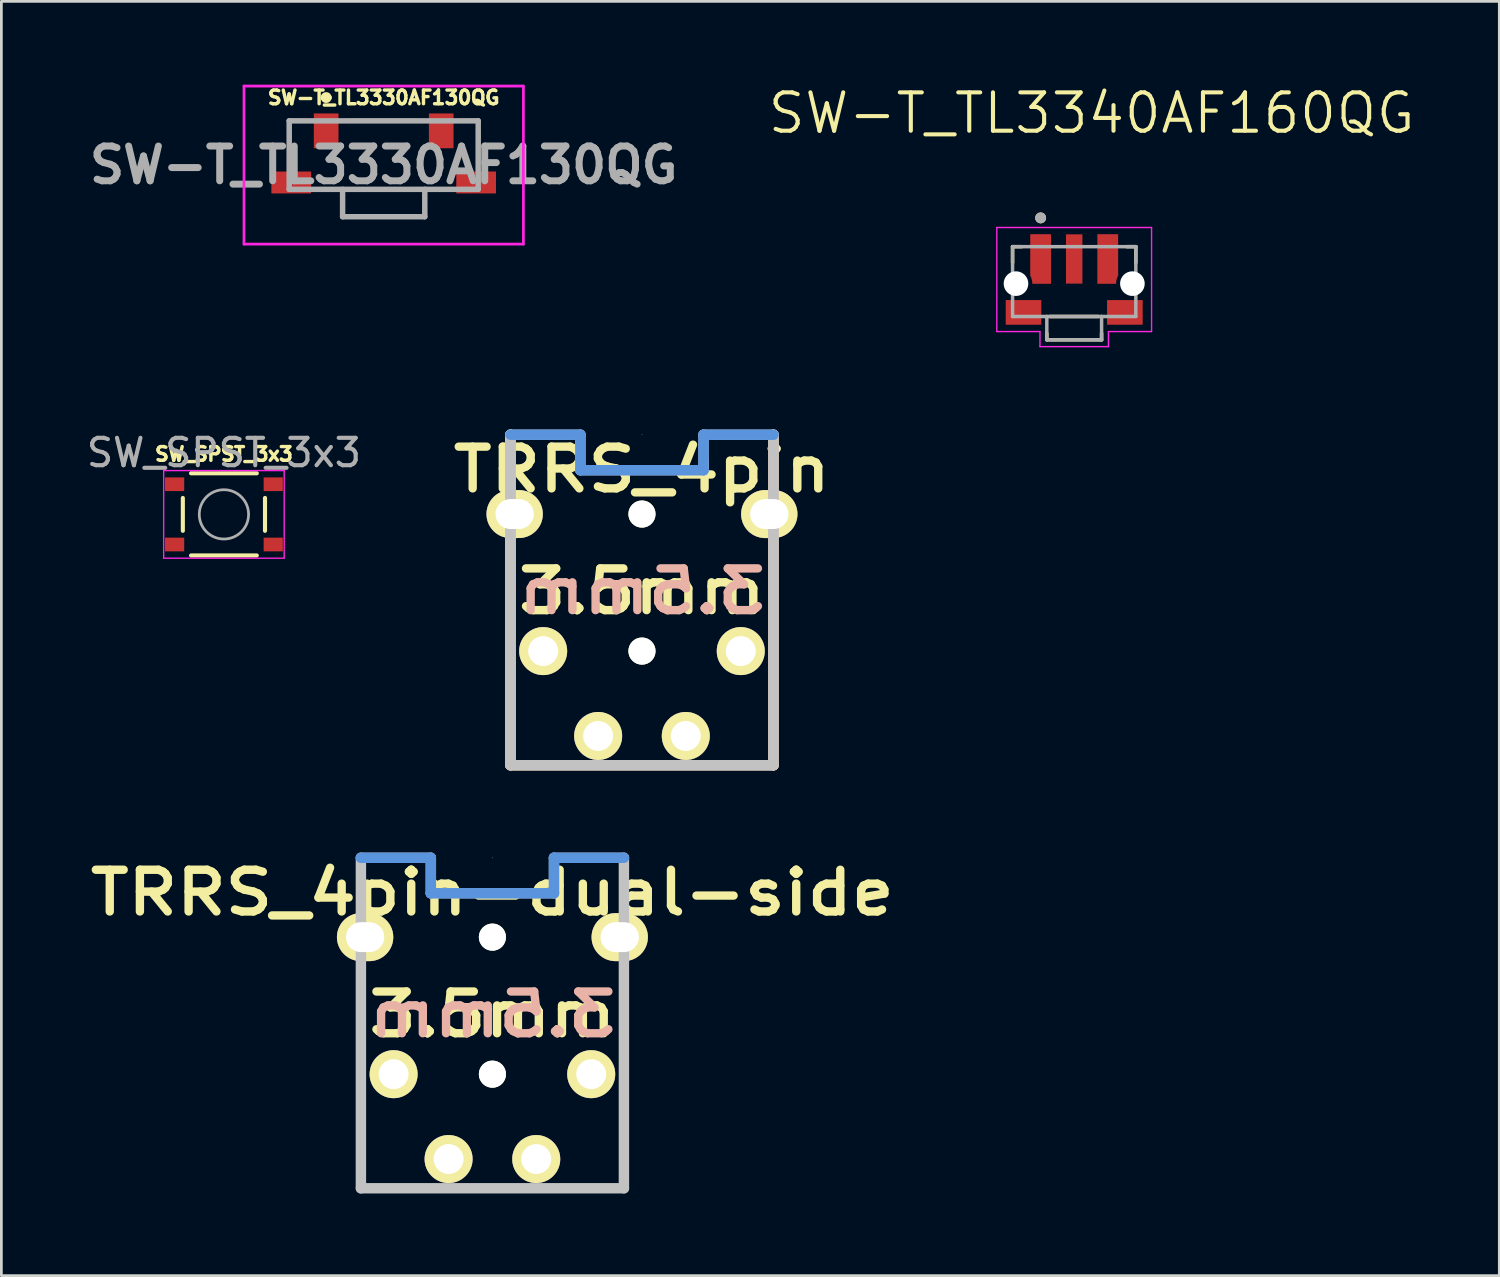
<source format=kicad_pcb>
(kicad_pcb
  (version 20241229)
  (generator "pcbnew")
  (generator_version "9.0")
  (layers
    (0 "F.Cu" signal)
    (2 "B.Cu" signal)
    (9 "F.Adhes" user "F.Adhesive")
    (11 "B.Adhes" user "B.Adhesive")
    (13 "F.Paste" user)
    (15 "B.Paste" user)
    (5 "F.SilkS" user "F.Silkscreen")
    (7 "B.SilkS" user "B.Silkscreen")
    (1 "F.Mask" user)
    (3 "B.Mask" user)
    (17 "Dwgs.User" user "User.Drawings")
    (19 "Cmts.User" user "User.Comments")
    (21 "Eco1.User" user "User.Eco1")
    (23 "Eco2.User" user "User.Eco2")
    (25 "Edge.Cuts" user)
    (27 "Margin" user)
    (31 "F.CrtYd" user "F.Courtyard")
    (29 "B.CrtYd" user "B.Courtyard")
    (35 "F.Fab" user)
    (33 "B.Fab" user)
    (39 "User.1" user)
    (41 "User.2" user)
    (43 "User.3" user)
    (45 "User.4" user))
  (footprint "TRRS_4pin-dual-side"
    (layer "F.Cu")
    (at 14.927 36.167)
    (property "Reference" "TRRS_4pin-dual-side" (at 0.00008 -6.63 0) (layer "F.SilkS") (effects (font (size 1.524 1.778) (thickness 0.305))))
    (attr through_hole)
    (fp_line (start -4.801 -7.9) (end -4.801 4.165) (stroke (width 0.381) (type solid)) (layer "Dwgs.User"))
    (fp_line (start -4.801 4.165) (end 4.801 4.165) (stroke (width 0.381) (type solid)) (layer "Dwgs.User"))
    (fp_line (start -2.248 -7.9) (end -4.801 -7.9) (stroke (width 0.381) (type solid)) (layer "Dwgs.User"))
    (fp_line (start -2.248 -6.605) (end -2.248 -7.9) (stroke (width 0.381) (type solid)) (layer "Dwgs.User"))
    (fp_line (start 0.00008 -7.9) (end 0.00008 -7.9) (stroke (width 0.025) (type solid)) (layer "Dwgs.User"))
    (fp_line (start 2.248 -7.9) (end 2.248 -6.605) (stroke (width 0.381) (type solid)) (layer "Dwgs.User"))
    (fp_line (start 2.248 -6.605) (end -2.248 -6.605) (stroke (width 0.381) (type solid)) (layer "Dwgs.User"))
    (fp_line (start 4.801 -7.9) (end 2.248 -7.9) (stroke (width 0.381) (type solid)) (layer "Dwgs.User"))
    (fp_line (start 4.801 4.165) (end 4.801 -7.9) (stroke (width 0.381) (type solid)) (layer "Dwgs.User"))
    (fp_line (start -4.801 -7.9) (end -2.248 -7.9) (stroke (width 0.381) (type solid)) (layer "Cmts.User"))
    (fp_line (start -2.248 -6.605) (end -2.248 -7.9) (stroke (width 0.381) (type solid)) (layer "Cmts.User"))
    (fp_line (start 2.248 -7.9) (end 2.248 -6.605) (stroke (width 0.381) (type solid)) (layer "Cmts.User"))
    (fp_line (start 2.248 -7.9) (end 4.801 -7.9) (stroke (width 0.381) (type solid)) (layer "Cmts.User"))
    (fp_line (start 2.248 -6.605) (end -2.248 -6.605) (stroke (width 0.381) (type solid)) (layer "Cmts.User"))
    (fp_text user "3.5mm" (at 0.00008 -2.185 0) (layer "F.SilkS") (effects (font (size 1.524 1.778) (thickness 0.305))))
    (fp_text user "3.5mm" (at 0.00008 -2.185 0) (layer "B.SilkS") (effects (font (size 1.524 1.778) (thickness 0.305)) (justify mirror)))
    (pad "" np_thru_hole circle (at 0.00008 -5.004 270) (size 0.991 0.991) (drill 0.991) (layers "*.Cu" "*.Mask" "F.SilkS"))
    (pad "" np_thru_hole circle (at 0.00008 -0.001 270) (size 0.991 0.991) (drill 0.991) (layers "*.Cu" "*.Mask" "F.SilkS"))
    (pad "1" thru_hole oval (at 4.648 -5.004 270) (size 1.753 2.057) (drill oval 1.092 1.397) (layers "*.Cu" "*.Mask" "F.SilkS"))
    (pad "2" thru_hole circle (at -3.607 -0.001 270) (size 1.753 1.753) (drill 1.092) (layers "*.Cu" "*.Mask" "F.SilkS"))
    (pad "3" thru_hole circle (at 1.6 3.098 270) (size 1.753 1.753) (drill 1.092) (layers "*.Cu" "*.Mask" "F.SilkS"))
    (pad "4" thru_hole oval (at -4.648 -5.004 270) (size 1.753 2.057) (drill oval 1.092 1.397) (layers "*.Cu" "*.Mask" "F.SilkS"))
    (pad "5" thru_hole circle (at -1.6 3.098 270) (size 1.753 1.753) (drill 1.092) (layers "*.Cu" "*.Mask" "F.SilkS"))
    (pad "6" thru_hole circle (at 3.607 -0.001 270) (size 1.753 1.753) (drill 1.092) (layers "*.Cu" "*.Mask" "F.SilkS")))
  (footprint "SW-T_TL3330AF130QG"
    (layer "F.Cu")
    (at 10.958 3.112)
    (property "Reference" "SW-T_TL3330AF130QG" (at 0 -2.6 0) (layer "F.SilkS") (effects (font (size 0.5 0.5) (thickness 0.125))))
    (attr smd)
    (fp_line (start -3.45 -1.75) (end -3.45 -0.3) (stroke (width 0.15) (type solid)) (layer "F.SilkS"))
    (fp_line (start -3 -1.75) (end -3.45 -1.75) (stroke (width 0.15) (type solid)) (layer "F.SilkS"))
    (fp_line (start -2.4 0.75) (end 2.4 0.75) (stroke (width 0.15) (type solid)) (layer "F.SilkS"))
    (fp_line (start -2.2 -2.6) (end -2.2 -2.6) (stroke (width 0.2) (type solid)) (layer "F.SilkS"))
    (fp_line (start -2 -2.6) (end -2 -2.6) (stroke (width 0.2) (type solid)) (layer "F.SilkS"))
    (fp_line (start -1.2 -1.75) (end 1.2 -1.75) (stroke (width 0.15) (type solid)) (layer "F.SilkS"))
    (fp_line (start 3 -1.75) (end 3.45 -1.75) (stroke (width 0.15) (type solid)) (layer "F.SilkS"))
    (fp_line (start 3.45 -1.75) (end 3.45 -0.3) (stroke (width 0.15) (type solid)) (layer "F.SilkS"))
    (fp_arc (start -2.2 -2.6) (mid -2.1 -2.7) (end -2 -2.6) (stroke (width 0.2) (type solid)) (layer "F.SilkS"))
    (fp_arc (start -2 -2.6) (mid -2.1 -2.5) (end -2.2 -2.6) (stroke (width 0.2) (type solid)) (layer "F.SilkS"))
    (fp_line (start -5.1 -3.02) (end 5.1 -3.02) (stroke (width 0.1) (type solid)) (layer "F.CrtYd"))
    (fp_line (start -5.1 2.75) (end -5.1 -3.02) (stroke (width 0.1) (type solid)) (layer "F.CrtYd"))
    (fp_line (start 5.1 -3.02) (end 5.1 2.75) (stroke (width 0.1) (type solid)) (layer "F.CrtYd"))
    (fp_line (start 5.1 2.75) (end -5.1 2.75) (stroke (width 0.1) (type solid)) (layer "F.CrtYd"))
    (fp_line (start -3.45 -1.75) (end 3.45 -1.75) (stroke (width 0.2) (type solid)) (layer "F.Fab"))
    (fp_line (start -3.45 0.75) (end -3.45 -1.75) (stroke (width 0.2) (type solid)) (layer "F.Fab"))
    (fp_line (start -1.5 0.75) (end -1.5 1.75) (stroke (width 0.2) (type solid)) (layer "F.Fab"))
    (fp_line (start -1.5 1.75) (end 1.5 1.75) (stroke (width 0.2) (type solid)) (layer "F.Fab"))
    (fp_line (start 1.5 1.75) (end 1.5 0.75) (stroke (width 0.2) (type solid)) (layer "F.Fab"))
    (fp_line (start 3.45 -1.75) (end 3.45 0.75) (stroke (width 0.2) (type solid)) (layer "F.Fab"))
    (fp_line (start 3.45 0.75) (end -3.45 0.75) (stroke (width 0.2) (type solid)) (layer "F.Fab"))
    (fp_text user "${REFERENCE}" (at 0 -0.135 0) (layer "F.Fab") (effects (font (size 1.27 1.27) (thickness 0.254))))
    (pad "1" smd rect (at -2.1 -1.385) (size 0.9 1.27) (layers "F.Cu" "F.Mask" "F.Paste"))
    (pad "2" smd rect (at 2.1 -1.385) (size 0.9 1.27) (layers "F.Cu" "F.Mask" "F.Paste"))
    (pad "3" smd rect (at -3.375 0.5 90) (size 0.8 1.45) (layers "F.Cu" "F.Mask" "F.Paste"))
    (pad "4" smd rect (at 3.375 0.5 90) (size 0.8 1.45) (layers "F.Cu" "F.Mask" "F.Paste")))
  (footprint "TRRS_4pin"
    (layer "F.Cu")
    (at 20.387 20.721)
    (property "Reference" "TRRS_4pin" (at 0.00008 -6.63 0) (layer "F.SilkS") (effects (font (size 1.524 1.778) (thickness 0.305))))
    (attr through_hole)
    (fp_line (start -4.801 4.165) (end -4.801 -7.9) (stroke (width 0.381) (type solid)) (layer "F.SilkS"))
    (fp_line (start 4.801 -7.9) (end 4.801 4.165) (stroke (width 0.381) (type solid)) (layer "F.SilkS"))
    (fp_line (start 4.801 4.165) (end -4.801 4.165) (stroke (width 0.381) (type solid)) (layer "F.SilkS"))
    (fp_line (start -4.801 4.165) (end -4.801 -7.9) (stroke (width 0.381) (type solid)) (layer "B.SilkS"))
    (fp_line (start 4.801 -7.9) (end 4.801 4.165) (stroke (width 0.381) (type solid)) (layer "B.SilkS"))
    (fp_line (start 4.801 4.165) (end -4.801 4.165) (stroke (width 0.381) (type solid)) (layer "B.SilkS"))
    (fp_line (start -4.801 -7.9) (end -4.801 4.165) (stroke (width 0.381) (type solid)) (layer "Dwgs.User"))
    (fp_line (start -4.801 4.165) (end 4.801 4.165) (stroke (width 0.381) (type solid)) (layer "Dwgs.User"))
    (fp_line (start -2.248 -7.9) (end -4.801 -7.9) (stroke (width 0.381) (type solid)) (layer "Dwgs.User"))
    (fp_line (start -2.248 -6.605) (end -2.248 -7.9) (stroke (width 0.381) (type solid)) (layer "Dwgs.User"))
    (fp_line (start 0.00008 -7.9) (end 0.00008 -7.9) (stroke (width 0.025) (type solid)) (layer "Dwgs.User"))
    (fp_line (start 2.248 -7.9) (end 2.248 -6.605) (stroke (width 0.381) (type solid)) (layer "Dwgs.User"))
    (fp_line (start 2.248 -6.605) (end -2.248 -6.605) (stroke (width 0.381) (type solid)) (layer "Dwgs.User"))
    (fp_line (start 4.801 -7.9) (end 2.248 -7.9) (stroke (width 0.381) (type solid)) (layer "Dwgs.User"))
    (fp_line (start 4.801 4.165) (end 4.801 -7.9) (stroke (width 0.381) (type solid)) (layer "Dwgs.User"))
    (fp_line (start -4.801 -7.9) (end -2.248 -7.9) (stroke (width 0.381) (type solid)) (layer "Cmts.User"))
    (fp_line (start -2.248 -6.605) (end -2.248 -7.9) (stroke (width 0.381) (type solid)) (layer "Cmts.User"))
    (fp_line (start 2.248 -7.9) (end 2.248 -6.605) (stroke (width 0.381) (type solid)) (layer "Cmts.User"))
    (fp_line (start 2.248 -7.9) (end 4.801 -7.9) (stroke (width 0.381) (type solid)) (layer "Cmts.User"))
    (fp_line (start 2.248 -6.605) (end -2.248 -6.605) (stroke (width 0.381) (type solid)) (layer "Cmts.User"))
    (fp_text user "3.5mm" (at 0.00008 -2.185 0) (layer "F.SilkS") (effects (font (size 1.524 1.778) (thickness 0.305))))
    (fp_text user "3.5mm" (at 0.00008 -2.185 0) (layer "B.SilkS") (effects (font (size 1.524 1.778) (thickness 0.305)) (justify mirror)))
    (pad "" np_thru_hole circle (at 0.00008 -5.004 270) (size 0.991 0.991) (drill 0.991) (layers "*.Cu" "*.Mask" "F.SilkS"))
    (pad "" np_thru_hole circle (at 0.00008 -0.001 270) (size 0.991 0.991) (drill 0.991) (layers "*.Cu" "*.Mask" "F.SilkS"))
    (pad "1" thru_hole oval (at 4.648 -5.004 270) (size 1.753 2.057) (drill oval 1.092 1.397) (layers "*.Cu" "*.Mask" "F.SilkS"))
    (pad "2" thru_hole circle (at -3.607 -0.001 270) (size 1.753 1.753) (drill 1.092) (layers "*.Cu" "*.Mask" "F.SilkS"))
    (pad "3" thru_hole circle (at 1.6 3.098 270) (size 1.753 1.753) (drill 1.092) (layers "*.Cu" "*.Mask" "F.SilkS"))
    (pad "4" thru_hole oval (at -4.648 -5.004 270) (size 1.753 2.057) (drill oval 1.092 1.397) (layers "*.Cu" "*.Mask" "F.SilkS"))
    (pad "5" thru_hole circle (at -1.6 3.098 270) (size 1.753 1.753) (drill 1.092) (layers "*.Cu" "*.Mask" "F.SilkS"))
    (pad "6" thru_hole circle (at 3.607 -0.001 270) (size 1.753 1.753) (drill 1.092) (layers "*.Cu" "*.Mask" "F.SilkS")))
  (footprint "SW-T_TL3340AF160QG"
    (layer "F.Cu")
    (at 36.167 7.305)
    (property "Reference" "SW-T_TL3340AF160QG" (at 0.635 -6.223 0) (layer "F.SilkS") (effects (font (size 1.4 1.4) (thickness 0.15))))
    (attr smd)
    (fp_poly (pts (xy -1.7 -1.9) (xy -0.75 -1.9) (xy -0.75 0.1) (xy -1.533 0.1) (xy -1.531 0.083) (xy -1.528 0.048) (xy -1.527 0.013) (xy -1.527 -0.021) (xy -1.528 -0.039) (xy -1.528 -0.039) (xy -1.529 -0.048) (xy -1.531 -0.067) (xy -1.534 -0.086) (xy -1.537 -0.105) (xy -1.539 -0.114) (xy -1.54 -0.123) (xy -1.544 -0.142) (xy -1.549 -0.16) (xy -1.553 -0.178) (xy -1.556 -0.187) (xy -1.569 -0.219) (xy -1.599 -0.282) (xy -1.635 -0.342) (xy -1.677 -0.397) (xy -1.7 -0.423)) (stroke (width 0.01) (type solid)) (fill yes) (layer "F.Mask"))
    (fp_poly (pts (xy 1.7 -1.9) (xy 0.75 -1.9) (xy 0.75 0.1) (xy 1.533 0.1) (xy 1.531 0.083) (xy 1.528 0.048) (xy 1.527 0.013) (xy 1.527 -0.021) (xy 1.528 -0.039) (xy 1.528 -0.039) (xy 1.529 -0.048) (xy 1.531 -0.067) (xy 1.534 -0.086) (xy 1.537 -0.105) (xy 1.539 -0.114) (xy 1.539 -0.114) (xy 1.54 -0.123) (xy 1.544 -0.142) (xy 1.549 -0.16) (xy 1.553 -0.178) (xy 1.556 -0.187) (xy 1.569 -0.219) (xy 1.599 -0.282) (xy 1.635 -0.342) (xy 1.677 -0.397) (xy 1.7 -0.423) (xy 1.7 -0.423)) (stroke (width 0.01) (type solid)) (fill yes) (layer "F.Mask"))
    (fp_line (start -2.25 -1.35) (end -2.25 -0.763) (stroke (width 0.127) (type solid)) (layer "F.SilkS"))
    (fp_line (start -1.913 -1.35) (end -2.25 -1.35) (stroke (width 0.127) (type solid)) (layer "F.SilkS"))
    (fp_line (start -1 2.05) (end -1 1.813) (stroke (width 0.127) (type solid)) (layer "F.SilkS"))
    (fp_line (start -1 2.05) (end 1 2.05) (stroke (width 0.127) (type solid)) (layer "F.SilkS"))
    (fp_line (start -0.886 1.2) (end 0.886 1.2) (stroke (width 0.127) (type solid)) (layer "F.SilkS"))
    (fp_line (start 1 2.05) (end 1 1.813) (stroke (width 0.127) (type solid)) (layer "F.SilkS"))
    (fp_line (start 1.913 -1.35) (end 2.25 -1.35) (stroke (width 0.127) (type solid)) (layer "F.SilkS"))
    (fp_line (start 2.25 -1.35) (end 2.25 -0.763) (stroke (width 0.127) (type solid)) (layer "F.SilkS"))
    (fp_circle (center -1.225 -2.4) (end -1.125 -2.4) (stroke (width 0.2) (type solid)) (fill no) (layer "F.SilkS"))
    (fp_poly (pts (xy -1.6 -1.8) (xy -0.85 -1.8) (xy -0.85 0) (xy -1.525 0) (xy -1.525 -0.009) (xy -1.525 -0.027) (xy -1.526 -0.045) (xy -1.529 -0.063) (xy -1.53 -0.071) (xy -1.53 -0.071) (xy -1.531 -0.08) (xy -1.533 -0.098) (xy -1.536 -0.116) (xy -1.54 -0.134) (xy -1.543 -0.143) (xy -1.545 -0.153) (xy -1.551 -0.175) (xy -1.557 -0.196) (xy -1.565 -0.217) (xy -1.569 -0.227) (xy -1.572 -0.236) (xy -1.579 -0.252) (xy -1.587 -0.268) (xy -1.595 -0.283) (xy -1.6 -0.29) (xy -1.6 -0.3)) (stroke (width 0.01) (type solid)) (fill yes) (layer "F.Paste"))
    (fp_poly (pts (xy 1.6 -1.8) (xy 0.85 -1.8) (xy 0.85 0) (xy 1.525 0) (xy 1.525 -0.009) (xy 1.525 -0.027) (xy 1.526 -0.045) (xy 1.529 -0.063) (xy 1.53 -0.071) (xy 1.53 -0.071) (xy 1.531 -0.08) (xy 1.533 -0.098) (xy 1.536 -0.116) (xy 1.54 -0.134) (xy 1.543 -0.143) (xy 1.545 -0.153) (xy 1.551 -0.175) (xy 1.557 -0.196) (xy 1.565 -0.217) (xy 1.569 -0.227) (xy 1.572 -0.236) (xy 1.579 -0.252) (xy 1.587 -0.268) (xy 1.595 -0.283) (xy 1.6 -0.29) (xy 1.6 -0.3)) (stroke (width 0.01) (type solid)) (fill yes) (layer "F.Paste"))
    (fp_line (start -2.825 -2.05) (end -2.825 1.75) (stroke (width 0.05) (type solid)) (layer "F.CrtYd"))
    (fp_line (start -2.825 1.75) (end -1.25 1.75) (stroke (width 0.05) (type solid)) (layer "F.CrtYd"))
    (fp_line (start -1.25 1.75) (end -1.25 2.3) (stroke (width 0.05) (type solid)) (layer "F.CrtYd"))
    (fp_line (start -1.25 2.3) (end 1.25 2.3) (stroke (width 0.05) (type solid)) (layer "F.CrtYd"))
    (fp_line (start 1.25 1.75) (end 2.825 1.75) (stroke (width 0.05) (type solid)) (layer "F.CrtYd"))
    (fp_line (start 1.25 2.3) (end 1.25 1.75) (stroke (width 0.05) (type solid)) (layer "F.CrtYd"))
    (fp_line (start 2.825 -2.05) (end -2.825 -2.05) (stroke (width 0.05) (type solid)) (layer "F.CrtYd"))
    (fp_line (start 2.825 1.75) (end 2.825 -2.05) (stroke (width 0.05) (type solid)) (layer "F.CrtYd"))
    (fp_line (start -2.25 -1.35) (end -2.25 1.2) (stroke (width 0.127) (type solid)) (layer "F.Fab"))
    (fp_line (start -2.25 1.2) (end -1 1.2) (stroke (width 0.127) (type solid)) (layer "F.Fab"))
    (fp_line (start -1 1.2) (end -1 2.05) (stroke (width 0.127) (type solid)) (layer "F.Fab"))
    (fp_line (start -1 1.2) (end 1 1.2) (stroke (width 0.127) (type solid)) (layer "F.Fab"))
    (fp_line (start -1 2.05) (end 1 2.05) (stroke (width 0.127) (type solid)) (layer "F.Fab"))
    (fp_line (start 1 1.2) (end 2.25 1.2) (stroke (width 0.127) (type solid)) (layer "F.Fab"))
    (fp_line (start 1 2.05) (end 1 1.2) (stroke (width 0.127) (type solid)) (layer "F.Fab"))
    (fp_line (start 2.25 -1.35) (end -2.25 -1.35) (stroke (width 0.127) (type solid)) (layer "F.Fab"))
    (fp_line (start 2.25 1.2) (end 2.25 -1.35) (stroke (width 0.127) (type solid)) (layer "F.Fab"))
    (fp_circle (center -1.225 -2.4) (end -1.125 -2.4) (stroke (width 0.2) (type solid)) (fill no) (layer "F.Fab"))
    (pad "" np_thru_hole circle (at -2.125 0) (size 0.9 0.9) (drill 0.9) (layers "*.Cu" "*.Mask"))
    (pad "" np_thru_hole circle (at 2.125 0) (size 0.9 0.9) (drill 0.9) (layers "*.Cu" "*.Mask"))
    (pad "1" smd custom (at -1.225 -0.9) (size 0.2 0.2) (layers "F.Cu") (options (anchor rect)) (primitives (gr_poly (pts (xy -0.375 -0.9) (xy 0.375 -0.9) (xy 0.375 0.9) (xy -0.3 0.9) (xy -0.3 0.891) (xy -0.3 0.873) (xy -0.301 0.855) (xy -0.304 0.837) (xy -0.305 0.829) (xy -0.305 0.829) (xy -0.306 0.82) (xy -0.308 0.802) (xy -0.311 0.784) (xy -0.315 0.766) (xy -0.318 0.757) (xy -0.32 0.747) (xy -0.326 0.725) (xy -0.332 0.704) (xy -0.34 0.683) (xy -0.344 0.673) (xy -0.347 0.664) (xy -0.354 0.648) (xy -0.362 0.632) (xy -0.37 0.617) (xy -0.375 0.61) (xy -0.375 0.6)) (width 0.01) (fill yes))))
    (pad "2" smd rect (at 0 -0.9) (size 0.6 1.8) (layers "F.Cu" "F.Mask" "F.Paste"))
    (pad "3" smd custom (at 1.225 -0.9) (size 0.2 0.2) (layers "F.Cu") (options (anchor rect)) (primitives (gr_poly (pts (xy 0.375 -0.9) (xy -0.375 -0.9) (xy -0.375 0.9) (xy 0.3 0.9) (xy 0.3 0.891) (xy 0.3 0.873) (xy 0.301 0.855) (xy 0.304 0.837) (xy 0.305 0.829) (xy 0.305 0.829) (xy 0.306 0.82) (xy 0.308 0.802) (xy 0.311 0.784) (xy 0.315 0.766) (xy 0.318 0.757) (xy 0.32 0.747) (xy 0.326 0.725) (xy 0.332 0.704) (xy 0.34 0.683) (xy 0.344 0.673) (xy 0.347 0.664) (xy 0.354 0.648) (xy 0.362 0.632) (xy 0.37 0.617) (xy 0.375 0.61) (xy 0.375 0.6)) (width 0.01) (fill yes))))
    (pad "S1" smd rect (at -1.85 1.05) (size 1.3 0.9) (layers "F.Cu" "F.Mask" "F.Paste"))
    (pad "S2" smd rect (at 1.85 1.05) (size 1.3 0.9) (layers "F.Cu" "F.Mask" "F.Paste"))
    (zone (net_name "") (layer "F.Cu") (hatch full 0.508) (connect_pads) (min_thickness 0.01) (filled_areas_thickness no) (keepout (tracks not_allowed) (vias not_allowed) (pads not_allowed) (copperpour not_allowed) (footprints allowed)) (placement (enabled no)) (fill) (polygon (pts (xy 35.167 7.605) (xy 37.167 7.605) (xy 37.167 8.805) (xy 35.167 8.805))))
    (zone (net_name "") (layers "F.Cu" "B.Cu") (hatch full 0.508) (connect_pads) (min_thickness 0.01) (filled_areas_thickness no) (keepout (tracks allowed) (vias not_allowed) (pads allowed) (copperpour allowed) (footprints allowed)) (placement (enabled no)) (fill) (polygon (pts (xy 35.167 7.605) (xy 37.167 7.605) (xy 37.167 8.805) (xy 35.167 8.805)))))
  (footprint "SW_SPST_3x3"
    (layer "F.Cu")
    (at 5.125 15.729)
    (property "Reference" "SW_SPST_3x3" (at 0 -2.2 0) (layer "F.SilkS") (effects (font (size 0.5 0.5) (thickness 0.125))))
    (attr smd)
    (fp_line (start -1.5 0.6) (end -1.5 -0.6) (stroke (width 0.15) (type solid)) (layer "F.SilkS"))
    (fp_line (start -1.2 -1.5) (end 1.2 -1.5) (stroke (width 0.15) (type solid)) (layer "F.SilkS"))
    (fp_line (start -1.2 1.5) (end 1.2 1.5) (stroke (width 0.15) (type solid)) (layer "F.SilkS"))
    (fp_line (start 1.5 0.6) (end 1.5 -0.6) (stroke (width 0.15) (type solid)) (layer "F.SilkS"))
    (fp_line (start -2.2 -1.6) (end -2.2 1.6) (stroke (width 0.05) (type solid)) (layer "F.CrtYd"))
    (fp_line (start -2.2 -1.6) (end 2.2 -1.6) (stroke (width 0.05) (type solid)) (layer "F.CrtYd"))
    (fp_line (start -2.2 1.6) (end 2.2 1.6) (stroke (width 0.05) (type solid)) (layer "F.CrtYd"))
    (fp_line (start 2.2 -1.6) (end 2.2 1.6) (stroke (width 0.05) (type solid)) (layer "F.CrtYd"))
    (fp_circle (center 0 0) (end 0.9 0) (stroke (width 0.1) (type solid)) (fill no) (layer "F.Fab"))
    (fp_text user "${REFERENCE}" (at 0 -2.25 0) (layer "F.Fab") (effects (font (size 1 1) (thickness 0.15))))
    (pad "1" smd rect (at -1.8 -1.1) (size 0.7 0.5) (layers "F.Cu" "F.Mask" "F.Paste"))
    (pad "1" smd rect (at 1.8 -1.1) (size 0.7 0.5) (layers "F.Cu" "F.Mask" "F.Paste"))
    (pad "2" smd rect (at -1.8 1.1) (size 0.7 0.5) (layers "F.Cu" "F.Mask" "F.Paste"))
    (pad "2" smd rect (at 1.8 1.1) (size 0.7 0.5) (layers "F.Cu" "F.Mask" "F.Paste")))
  (gr_rect
    (start -3 -3)
    (end 51.687 43.522)
    (stroke (width 0.1) (type default))
    (fill no)
    (layer "Edge.Cuts")))
</source>
